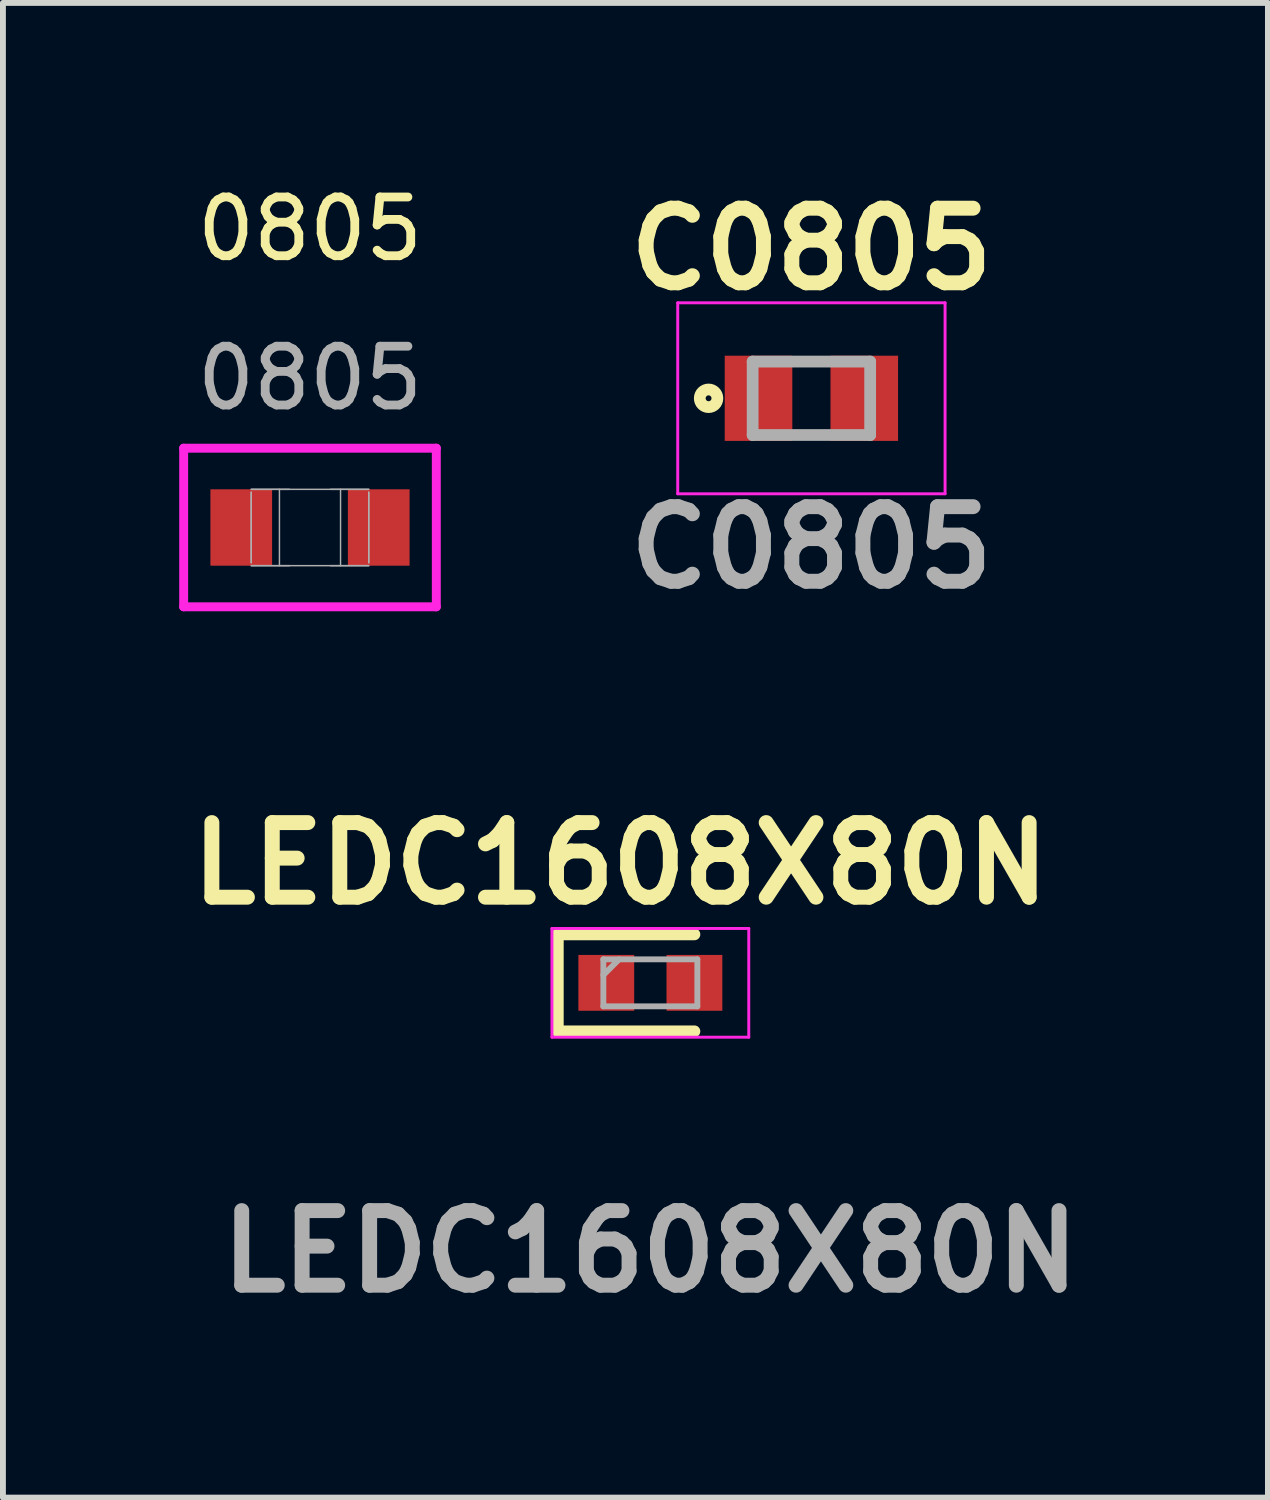
<source format=kicad_pcb>
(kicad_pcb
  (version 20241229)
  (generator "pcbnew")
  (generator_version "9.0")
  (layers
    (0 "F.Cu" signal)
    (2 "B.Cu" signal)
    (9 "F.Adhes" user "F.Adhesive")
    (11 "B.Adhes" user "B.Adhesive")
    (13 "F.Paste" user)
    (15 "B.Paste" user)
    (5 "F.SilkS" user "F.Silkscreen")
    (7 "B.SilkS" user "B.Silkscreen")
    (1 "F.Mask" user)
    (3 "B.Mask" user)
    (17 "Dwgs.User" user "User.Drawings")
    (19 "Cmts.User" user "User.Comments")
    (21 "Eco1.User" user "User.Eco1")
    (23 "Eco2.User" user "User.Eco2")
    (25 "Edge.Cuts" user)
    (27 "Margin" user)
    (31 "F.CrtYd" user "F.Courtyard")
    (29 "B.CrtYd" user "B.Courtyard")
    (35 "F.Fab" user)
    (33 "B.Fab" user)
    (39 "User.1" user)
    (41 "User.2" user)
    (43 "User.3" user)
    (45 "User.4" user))
  (footprint "0805"
    (layer "F.Cu")
    (at 2.226 5.928)
    (property "Reference" "0805" (at 0 -5.08 0) (unlocked yes) (layer "F.SilkS") (effects (font (size 1 1) (thickness 0.15))))
    (attr smd)
    (fp_line (start -2.15 -1.35) (end 2.15 -1.35) (stroke (width 0.152) (type solid)) (layer "F.CrtYd"))
    (fp_line (start -2.15 1.35) (end -2.15 -1.35) (stroke (width 0.152) (type solid)) (layer "F.CrtYd"))
    (fp_line (start 2.15 -1.35) (end 2.15 1.35) (stroke (width 0.152) (type solid)) (layer "F.CrtYd"))
    (fp_line (start 2.15 1.35) (end -2.15 1.35) (stroke (width 0.152) (type solid)) (layer "F.CrtYd"))
    (fp_line (start -1 -0.6) (end -1 0.6) (stroke (width 0.025) (type solid)) (layer "F.Fab"))
    (fp_line (start -1 -0.6) (end -1 0.6) (stroke (width 0.025) (type solid)) (layer "F.Fab"))
    (fp_line (start -1 0.65) (end -0.35 0.65) (stroke (width 0.025) (type solid)) (layer "F.Fab"))
    (fp_line (start -1 0.65) (end 1 0.65) (stroke (width 0.025) (type solid)) (layer "F.Fab"))
    (fp_line (start -0.52 0.65) (end -0.52 -0.65) (stroke (width 0.025) (type solid)) (layer "F.Fab"))
    (fp_line (start -0.35 -0.65) (end -1 -0.65) (stroke (width 0.025) (type solid)) (layer "F.Fab"))
    (fp_line (start 0.35 0.65) (end 1 0.65) (stroke (width 0.025) (type solid)) (layer "F.Fab"))
    (fp_line (start 0.52 -0.65) (end 0.52 0.65) (stroke (width 0.025) (type solid)) (layer "F.Fab"))
    (fp_line (start 1 -0.65) (end -1 -0.65) (stroke (width 0.025) (type solid)) (layer "F.Fab"))
    (fp_line (start 1 -0.65) (end 0.35 -0.65) (stroke (width 0.025) (type solid)) (layer "F.Fab"))
    (fp_line (start 1 0.6) (end 1 -0.6) (stroke (width 0.025) (type solid)) (layer "F.Fab"))
    (fp_line (start 1 0.6) (end 1 -0.6) (stroke (width 0.025) (type solid)) (layer "F.Fab"))
    (fp_text user "${REFERENCE}" (at 0 -2.54 0) (unlocked yes) (layer "F.Fab") (effects (font (size 1 1) (thickness 0.15))))
    (pad "1" smd rect (at -1.17 0) (size 1.05 1.3) (layers "F.Cu" "F.Mask" "F.Paste"))
    (pad "2" smd rect (at 1.17 0) (size 1.05 1.3) (layers "F.Cu" "F.Mask" "F.Paste"))
    (zone (net_name "") (layer "F.Cu") (hatch full 0.508) (connect_pads) (min_thickness 0.254) (filled_areas_thickness no) (keepout (tracks not_allowed) (vias not_allowed) (pads allowed) (copperpour not_allowed) (footprints allowed)) (placement (enabled no)) (fill) (polygon (pts (xy 1.797 5.379) (xy 2.655 5.379) (xy 2.655 6.477) (xy 1.797 6.477)))))
  (footprint "C0805"
    (layer "F.Cu")
    (at 10.76 3.729)
    (property "Reference" "C0805" (at 0 -2.54 0) (layer "F.SilkS") (effects (font (size 1.27 1.27) (thickness 0.254))))
    (attr smd)
    (fp_circle (center -1.75 0) (end -1.75 0.05) (stroke (width 0.2) (type solid)) (fill no) (layer "F.SilkS"))
    (fp_line (start -2.275 -1.625) (end 2.275 -1.625) (stroke (width 0.05) (type solid)) (layer "F.CrtYd"))
    (fp_line (start -2.275 1.625) (end -2.275 -1.625) (stroke (width 0.05) (type solid)) (layer "F.CrtYd"))
    (fp_line (start 2.275 -1.625) (end 2.275 1.625) (stroke (width 0.05) (type solid)) (layer "F.CrtYd"))
    (fp_line (start 2.275 1.625) (end -2.275 1.625) (stroke (width 0.05) (type solid)) (layer "F.CrtYd"))
    (fp_line (start -1 -0.625) (end 1 -0.625) (stroke (width 0.2) (type solid)) (layer "F.Fab"))
    (fp_line (start -1 0.625) (end -1 -0.625) (stroke (width 0.2) (type solid)) (layer "F.Fab"))
    (fp_line (start 1 -0.625) (end 1 0.625) (stroke (width 0.2) (type solid)) (layer "F.Fab"))
    (fp_line (start 1 0.625) (end -1 0.625) (stroke (width 0.2) (type solid)) (layer "F.Fab"))
    (fp_text user "${REFERENCE}" (at 0 2.54 0) (layer "F.Fab") (effects (font (size 1.27 1.27) (thickness 0.254))))
    (pad "1" smd rect (at -0.9 0) (size 1.15 1.45) (layers "F.Cu" "F.Mask" "F.Paste"))
    (pad "2" smd rect (at 0.9 0) (size 1.15 1.45) (layers "F.Cu" "F.Mask" "F.Paste")))
  (footprint "LEDC1608X80N"
    (layer "F.Cu")
    (at 8.019 13.678)
    (property "Reference" "LEDC1608X80N" (at -0.508 -2.032 0) (layer "F.SilkS") (effects (font (size 1.27 1.27) (thickness 0.254))))
    (attr smd)
    (fp_line (start -1.575 -0.825) (end -1.575 0.825) (stroke (width 0.2) (type solid)) (layer "F.SilkS"))
    (fp_line (start -1.575 0.825) (end 0.75 0.825) (stroke (width 0.2) (type solid)) (layer "F.SilkS"))
    (fp_line (start 0.75 -0.825) (end -1.575 -0.825) (stroke (width 0.2) (type solid)) (layer "F.SilkS"))
    (fp_line (start -1.675 -0.925) (end 1.675 -0.925) (stroke (width 0.05) (type solid)) (layer "F.CrtYd"))
    (fp_line (start -1.675 0.925) (end -1.675 -0.925) (stroke (width 0.05) (type solid)) (layer "F.CrtYd"))
    (fp_line (start 1.675 -0.925) (end 1.675 0.925) (stroke (width 0.05) (type solid)) (layer "F.CrtYd"))
    (fp_line (start 1.675 0.925) (end -1.675 0.925) (stroke (width 0.05) (type solid)) (layer "F.CrtYd"))
    (fp_line (start -0.8 -0.4) (end 0.8 -0.4) (stroke (width 0.1) (type solid)) (layer "F.Fab"))
    (fp_line (start -0.8 -0.133) (end -0.533 -0.4) (stroke (width 0.1) (type solid)) (layer "F.Fab"))
    (fp_line (start -0.8 0.4) (end -0.8 -0.4) (stroke (width 0.1) (type solid)) (layer "F.Fab"))
    (fp_line (start 0.8 -0.4) (end 0.8 0.4) (stroke (width 0.1) (type solid)) (layer "F.Fab"))
    (fp_line (start 0.8 0.4) (end -0.8 0.4) (stroke (width 0.1) (type solid)) (layer "F.Fab"))
    (fp_text user "${REFERENCE}" (at 0 4.572 0) (layer "F.Fab") (effects (font (size 1.27 1.27) (thickness 0.254))))
    (pad "1" smd rect (at -0.75 0 90) (size 0.95 0.95) (layers "F.Cu" "F.Mask" "F.Paste"))
    (pad "2" smd rect (at 0.75 0 90) (size 0.95 0.95) (layers "F.Cu" "F.Mask" "F.Paste")))
  (gr_rect
    (start -3 -3)
    (end 18.53 22.439)
    (stroke (width 0.1) (type default))
    (fill no)
    (layer "Edge.Cuts")))
</source>
